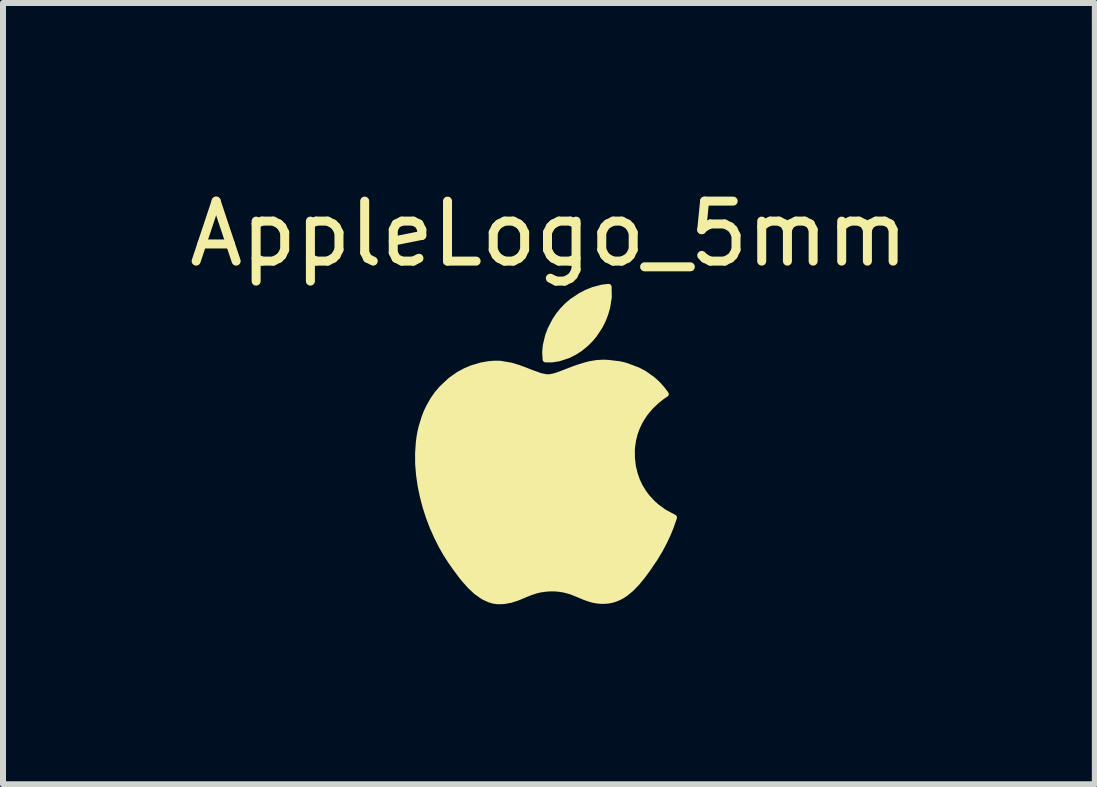
<source format=kicad_pcb>
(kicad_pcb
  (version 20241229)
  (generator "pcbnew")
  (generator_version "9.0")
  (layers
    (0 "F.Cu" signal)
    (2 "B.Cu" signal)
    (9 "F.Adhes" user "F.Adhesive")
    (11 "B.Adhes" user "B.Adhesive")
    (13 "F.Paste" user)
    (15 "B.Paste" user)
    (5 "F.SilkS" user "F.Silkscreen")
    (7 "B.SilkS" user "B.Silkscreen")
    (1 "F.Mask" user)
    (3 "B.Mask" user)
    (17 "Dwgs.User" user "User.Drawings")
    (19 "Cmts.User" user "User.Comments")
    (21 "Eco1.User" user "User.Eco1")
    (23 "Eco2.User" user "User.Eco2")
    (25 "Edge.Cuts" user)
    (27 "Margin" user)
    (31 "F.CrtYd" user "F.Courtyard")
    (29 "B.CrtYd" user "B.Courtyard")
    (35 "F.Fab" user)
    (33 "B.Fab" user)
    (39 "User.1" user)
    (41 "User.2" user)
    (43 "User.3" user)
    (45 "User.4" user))
  (footprint "AppleLogo_5mm"
    (layer "F.Cu")
    (at 6.101 0.348)
    (property "Reference" "AppleLogo_5mm" (at 0 0.5 0) (layer "F.SilkS") (effects (font (size 1 1) (thickness 0.15))))
    (attr exclude_from_pos_files exclude_from_bom)
    (fp_line (start -2.181 4.158) (end -2.169 3.981) (stroke (width 0.017) (type solid)) (layer "F.SilkS"))
    (fp_line (start -2.18 4.338) (end -2.181 4.158) (stroke (width 0.017) (type solid)) (layer "F.SilkS"))
    (fp_line (start -2.169 3.981) (end -2.158 3.894) (stroke (width 0.017) (type solid)) (layer "F.SilkS"))
    (fp_line (start -2.165 4.518) (end -2.18 4.338) (stroke (width 0.017) (type solid)) (layer "F.SilkS"))
    (fp_line (start -2.158 3.894) (end -2.143 3.807) (stroke (width 0.017) (type solid)) (layer "F.SilkS"))
    (fp_line (start -2.143 3.807) (end -2.123 3.722) (stroke (width 0.017) (type solid)) (layer "F.SilkS"))
    (fp_line (start -2.139 4.699) (end -2.165 4.518) (stroke (width 0.017) (type solid)) (layer "F.SilkS"))
    (fp_line (start -2.123 3.722) (end -2.1 3.639) (stroke (width 0.017) (type solid)) (layer "F.SilkS"))
    (fp_line (start -2.102 4.877) (end -2.139 4.699) (stroke (width 0.017) (type solid)) (layer "F.SilkS"))
    (fp_line (start -2.1 3.639) (end -2.072 3.557) (stroke (width 0.017) (type solid)) (layer "F.SilkS"))
    (fp_line (start -2.072 3.557) (end -2.041 3.476) (stroke (width 0.017) (type solid)) (layer "F.SilkS"))
    (fp_line (start -2.056 5.052) (end -2.102 4.877) (stroke (width 0.017) (type solid)) (layer "F.SilkS"))
    (fp_line (start -2.041 3.476) (end -2.004 3.398) (stroke (width 0.017) (type solid)) (layer "F.SilkS"))
    (fp_line (start -2.004 3.398) (end -1.963 3.322) (stroke (width 0.017) (type solid)) (layer "F.SilkS"))
    (fp_line (start -2.001 5.223) (end -2.056 5.052) (stroke (width 0.017) (type solid)) (layer "F.SilkS"))
    (fp_line (start -1.963 3.322) (end -1.963 3.322) (stroke (width 0.017) (type solid)) (layer "F.SilkS"))
    (fp_line (start -1.963 3.322) (end -1.941 3.285) (stroke (width 0.017) (type solid)) (layer "F.SilkS"))
    (fp_line (start -1.941 3.285) (end -1.918 3.249) (stroke (width 0.017) (type solid)) (layer "F.SilkS"))
    (fp_line (start -1.938 5.388) (end -2.001 5.223) (stroke (width 0.017) (type solid)) (layer "F.SilkS"))
    (fp_line (start -1.918 3.249) (end -1.894 3.214) (stroke (width 0.017) (type solid)) (layer "F.SilkS"))
    (fp_line (start -1.894 3.214) (end -1.869 3.179) (stroke (width 0.017) (type solid)) (layer "F.SilkS"))
    (fp_line (start -1.869 3.179) (end -1.843 3.146) (stroke (width 0.017) (type solid)) (layer "F.SilkS"))
    (fp_line (start -1.868 5.545) (end -1.938 5.388) (stroke (width 0.017) (type solid)) (layer "F.SilkS"))
    (fp_line (start -1.843 3.146) (end -1.816 3.114) (stroke (width 0.017) (type solid)) (layer "F.SilkS"))
    (fp_line (start -1.816 3.114) (end -1.788 3.082) (stroke (width 0.017) (type solid)) (layer "F.SilkS"))
    (fp_line (start -1.793 5.695) (end -1.868 5.545) (stroke (width 0.017) (type solid)) (layer "F.SilkS"))
    (fp_line (start -1.788 3.082) (end -1.76 3.052) (stroke (width 0.017) (type solid)) (layer "F.SilkS"))
    (fp_line (start -1.76 3.052) (end -1.73 3.023) (stroke (width 0.017) (type solid)) (layer "F.SilkS"))
    (fp_line (start -1.73 3.023) (end -1.7 2.994) (stroke (width 0.017) (type solid)) (layer "F.SilkS"))
    (fp_line (start -1.714 5.834) (end -1.793 5.695) (stroke (width 0.017) (type solid)) (layer "F.SilkS"))
    (fp_line (start -1.7 2.994) (end -1.637 2.941) (stroke (width 0.017) (type solid)) (layer "F.SilkS"))
    (fp_line (start -1.637 2.941) (end -1.604 2.915) (stroke (width 0.017) (type solid)) (layer "F.SilkS"))
    (fp_line (start -1.631 5.962) (end -1.714 5.834) (stroke (width 0.017) (type solid)) (layer "F.SilkS"))
    (fp_line (start -1.631 5.962) (end -1.631 5.962) (stroke (width 0.017) (type solid)) (layer "F.SilkS"))
    (fp_line (start -1.604 2.915) (end -1.571 2.891) (stroke (width 0.017) (type solid)) (layer "F.SilkS"))
    (fp_line (start -1.571 2.891) (end -1.537 2.868) (stroke (width 0.017) (type solid)) (layer "F.SilkS"))
    (fp_line (start -1.546 6.082) (end -1.631 5.962) (stroke (width 0.017) (type solid)) (layer "F.SilkS"))
    (fp_line (start -1.537 2.868) (end -1.502 2.846) (stroke (width 0.017) (type solid)) (layer "F.SilkS"))
    (fp_line (start -1.502 6.142) (end -1.546 6.082) (stroke (width 0.017) (type solid)) (layer "F.SilkS"))
    (fp_line (start -1.502 2.846) (end -1.467 2.826) (stroke (width 0.017) (type solid)) (layer "F.SilkS"))
    (fp_line (start -1.467 2.826) (end -1.431 2.806) (stroke (width 0.017) (type solid)) (layer "F.SilkS"))
    (fp_line (start -1.457 6.202) (end -1.502 6.142) (stroke (width 0.017) (type solid)) (layer "F.SilkS"))
    (fp_line (start -1.431 2.806) (end -1.394 2.788) (stroke (width 0.017) (type solid)) (layer "F.SilkS"))
    (fp_line (start -1.411 6.259) (end -1.457 6.202) (stroke (width 0.017) (type solid)) (layer "F.SilkS"))
    (fp_line (start -1.394 2.788) (end -1.357 2.77) (stroke (width 0.017) (type solid)) (layer "F.SilkS"))
    (fp_line (start -1.363 6.315) (end -1.411 6.259) (stroke (width 0.017) (type solid)) (layer "F.SilkS"))
    (fp_line (start -1.357 2.77) (end -1.319 2.754) (stroke (width 0.017) (type solid)) (layer "F.SilkS"))
    (fp_line (start -1.319 2.754) (end -1.281 2.74) (stroke (width 0.017) (type solid)) (layer "F.SilkS"))
    (fp_line (start -1.314 6.368) (end -1.363 6.315) (stroke (width 0.017) (type solid)) (layer "F.SilkS"))
    (fp_line (start -1.281 2.74) (end -1.243 2.726) (stroke (width 0.017) (type solid)) (layer "F.SilkS"))
    (fp_line (start -1.264 6.418) (end -1.314 6.368) (stroke (width 0.017) (type solid)) (layer "F.SilkS"))
    (fp_line (start -1.243 2.726) (end -1.204 2.714) (stroke (width 0.017) (type solid)) (layer "F.SilkS"))
    (fp_line (start -1.212 6.464) (end -1.264 6.418) (stroke (width 0.017) (type solid)) (layer "F.SilkS"))
    (fp_line (start -1.204 2.714) (end -1.164 2.703) (stroke (width 0.017) (type solid)) (layer "F.SilkS"))
    (fp_line (start -1.164 2.703) (end -1.124 2.694) (stroke (width 0.017) (type solid)) (layer "F.SilkS"))
    (fp_line (start -1.159 6.505) (end -1.212 6.464) (stroke (width 0.017) (type solid)) (layer "F.SilkS"))
    (fp_line (start -1.132 6.524) (end -1.159 6.505) (stroke (width 0.017) (type solid)) (layer "F.SilkS"))
    (fp_line (start -1.124 2.694) (end -1.084 2.685) (stroke (width 0.017) (type solid)) (layer "F.SilkS"))
    (fp_line (start -1.104 6.541) (end -1.132 6.524) (stroke (width 0.017) (type solid)) (layer "F.SilkS"))
    (fp_line (start -1.084 2.685) (end -1.044 2.679) (stroke (width 0.017) (type solid)) (layer "F.SilkS"))
    (fp_line (start -1.076 6.557) (end -1.104 6.541) (stroke (width 0.017) (type solid)) (layer "F.SilkS"))
    (fp_line (start -1.047 6.572) (end -1.076 6.557) (stroke (width 0.017) (type solid)) (layer "F.SilkS"))
    (fp_line (start -1.044 2.679) (end -1.003 2.673) (stroke (width 0.017) (type solid)) (layer "F.SilkS"))
    (fp_line (start -1.018 6.585) (end -1.047 6.572) (stroke (width 0.017) (type solid)) (layer "F.SilkS"))
    (fp_line (start -1.003 2.673) (end -0.962 2.669) (stroke (width 0.017) (type solid)) (layer "F.SilkS"))
    (fp_line (start -0.989 6.596) (end -1.018 6.585) (stroke (width 0.017) (type solid)) (layer "F.SilkS"))
    (fp_line (start -0.962 2.669) (end -0.92 2.666) (stroke (width 0.017) (type solid)) (layer "F.SilkS"))
    (fp_line (start -0.959 6.606) (end -0.989 6.596) (stroke (width 0.017) (type solid)) (layer "F.SilkS"))
    (fp_line (start -0.929 6.614) (end -0.959 6.606) (stroke (width 0.017) (type solid)) (layer "F.SilkS"))
    (fp_line (start -0.92 2.666) (end -0.879 2.665) (stroke (width 0.017) (type solid)) (layer "F.SilkS"))
    (fp_line (start -0.898 6.62) (end -0.929 6.614) (stroke (width 0.017) (type solid)) (layer "F.SilkS"))
    (fp_line (start -0.879 2.665) (end -0.879 2.665) (stroke (width 0.017) (type solid)) (layer "F.SilkS"))
    (fp_line (start -0.879 2.665) (end -0.847 2.665) (stroke (width 0.017) (type solid)) (layer "F.SilkS"))
    (fp_line (start -0.867 6.624) (end -0.898 6.62) (stroke (width 0.017) (type solid)) (layer "F.SilkS"))
    (fp_line (start -0.847 2.665) (end -0.816 2.666) (stroke (width 0.017) (type solid)) (layer "F.SilkS"))
    (fp_line (start -0.836 6.625) (end -0.867 6.624) (stroke (width 0.017) (type solid)) (layer "F.SilkS"))
    (fp_line (start -0.816 2.666) (end -0.753 2.673) (stroke (width 0.017) (type solid)) (layer "F.SilkS"))
    (fp_line (start -0.804 6.625) (end -0.836 6.625) (stroke (width 0.017) (type solid)) (layer "F.SilkS"))
    (fp_line (start -0.804 6.625) (end -0.804 6.625) (stroke (width 0.017) (type solid)) (layer "F.SilkS"))
    (fp_line (start -0.773 6.624) (end -0.804 6.625) (stroke (width 0.017) (type solid)) (layer "F.SilkS"))
    (fp_line (start -0.753 2.673) (end -0.691 2.683) (stroke (width 0.017) (type solid)) (layer "F.SilkS"))
    (fp_line (start -0.744 6.621) (end -0.773 6.624) (stroke (width 0.017) (type solid)) (layer "F.SilkS"))
    (fp_line (start -0.691 2.683) (end -0.63 2.698) (stroke (width 0.017) (type solid)) (layer "F.SilkS"))
    (fp_line (start -0.688 6.612) (end -0.744 6.621) (stroke (width 0.017) (type solid)) (layer "F.SilkS"))
    (fp_line (start -0.635 6.601) (end -0.688 6.612) (stroke (width 0.017) (type solid)) (layer "F.SilkS"))
    (fp_line (start -0.63 2.698) (end -0.57 2.715) (stroke (width 0.017) (type solid)) (layer "F.SilkS"))
    (fp_line (start -0.586 6.586) (end -0.635 6.601) (stroke (width 0.017) (type solid)) (layer "F.SilkS"))
    (fp_line (start -0.57 2.715) (end -0.511 2.734) (stroke (width 0.017) (type solid)) (layer "F.SilkS"))
    (fp_line (start -0.538 6.57) (end -0.586 6.586) (stroke (width 0.017) (type solid)) (layer "F.SilkS"))
    (fp_line (start -0.511 2.734) (end -0.397 2.776) (stroke (width 0.017) (type solid)) (layer "F.SilkS"))
    (fp_line (start -0.492 6.552) (end -0.538 6.57) (stroke (width 0.017) (type solid)) (layer "F.SilkS"))
    (fp_line (start -0.4 6.513) (end -0.492 6.552) (stroke (width 0.017) (type solid)) (layer "F.SilkS"))
    (fp_line (start -0.397 2.776) (end -0.289 2.819) (stroke (width 0.017) (type solid)) (layer "F.SilkS"))
    (fp_line (start -0.354 6.494) (end -0.4 6.513) (stroke (width 0.017) (type solid)) (layer "F.SilkS"))
    (fp_line (start -0.305 6.475) (end -0.354 6.494) (stroke (width 0.017) (type solid)) (layer "F.SilkS"))
    (fp_line (start -0.289 2.819) (end -0.189 2.856) (stroke (width 0.017) (type solid)) (layer "F.SilkS"))
    (fp_line (start -0.255 6.458) (end -0.305 6.475) (stroke (width 0.017) (type solid)) (layer "F.SilkS"))
    (fp_line (start -0.202 6.442) (end -0.255 6.458) (stroke (width 0.017) (type solid)) (layer "F.SilkS"))
    (fp_line (start -0.189 2.856) (end -0.142 2.871) (stroke (width 0.017) (type solid)) (layer "F.SilkS"))
    (fp_line (start -0.145 6.429) (end -0.202 6.442) (stroke (width 0.017) (type solid)) (layer "F.SilkS"))
    (fp_line (start -0.142 2.871) (end -0.097 2.882) (stroke (width 0.017) (type solid)) (layer "F.SilkS"))
    (fp_line (start -0.097 2.882) (end -0.054 2.89) (stroke (width 0.017) (type solid)) (layer "F.SilkS"))
    (fp_line (start -0.083 6.419) (end -0.145 6.429) (stroke (width 0.017) (type solid)) (layer "F.SilkS"))
    (fp_line (start -0.062 2.48) (end -0.061 2.536) (stroke (width 0.017) (type solid)) (layer "F.SilkS"))
    (fp_line (start -0.061 2.536) (end -0.059 2.565) (stroke (width 0.017) (type solid)) (layer "F.SilkS"))
    (fp_line (start -0.059 2.423) (end -0.062 2.48) (stroke (width 0.017) (type solid)) (layer "F.SilkS"))
    (fp_line (start -0.059 2.565) (end -0.055 2.593) (stroke (width 0.017) (type solid)) (layer "F.SilkS"))
    (fp_line (start -0.055 2.593) (end -0.055 2.593) (stroke (width 0.017) (type solid)) (layer "F.SilkS"))
    (fp_line (start -0.055 2.593) (end -0.00027 2.595) (stroke (width 0.017) (type solid)) (layer "F.SilkS"))
    (fp_line (start -0.054 2.89) (end -0.014 2.893) (stroke (width 0.017) (type solid)) (layer "F.SilkS"))
    (fp_line (start -0.053 2.367) (end -0.059 2.423) (stroke (width 0.017) (type solid)) (layer "F.SilkS"))
    (fp_line (start -0.051 6.416) (end -0.083 6.419) (stroke (width 0.017) (type solid)) (layer "F.SilkS"))
    (fp_line (start -0.043 2.311) (end -0.053 2.367) (stroke (width 0.017) (type solid)) (layer "F.SilkS"))
    (fp_line (start -0.03 2.256) (end -0.043 2.311) (stroke (width 0.017) (type solid)) (layer "F.SilkS"))
    (fp_line (start -0.017 6.413) (end -0.051 6.416) (stroke (width 0.017) (type solid)) (layer "F.SilkS"))
    (fp_line (start -0.014 2.893) (end -0.014 2.893) (stroke (width 0.017) (type solid)) (layer "F.SilkS"))
    (fp_line (start -0.014 2.893) (end 0.006 2.892) (stroke (width 0.017) (type solid)) (layer "F.SilkS"))
    (fp_line (start -0.014 2.202) (end -0.03 2.256) (stroke (width 0.017) (type solid)) (layer "F.SilkS"))
    (fp_line (start -0.00027 2.595) (end 0.055 2.593) (stroke (width 0.017) (type solid)) (layer "F.SilkS"))
    (fp_line (start 0.005 2.148) (end -0.014 2.202) (stroke (width 0.017) (type solid)) (layer "F.SilkS"))
    (fp_line (start 0.006 2.892) (end 0.027 2.889) (stroke (width 0.017) (type solid)) (layer "F.SilkS"))
    (fp_line (start 0.018 6.411) (end -0.017 6.413) (stroke (width 0.017) (type solid)) (layer "F.SilkS"))
    (fp_line (start 0.026 2.096) (end 0.005 2.148) (stroke (width 0.017) (type solid)) (layer "F.SilkS"))
    (fp_line (start 0.027 2.889) (end 0.072 2.88) (stroke (width 0.017) (type solid)) (layer "F.SilkS"))
    (fp_line (start 0.05 2.046) (end 0.026 2.096) (stroke (width 0.017) (type solid)) (layer "F.SilkS"))
    (fp_line (start 0.055 2.593) (end 0.11 2.586) (stroke (width 0.017) (type solid)) (layer "F.SilkS"))
    (fp_line (start 0.055 6.411) (end 0.018 6.411) (stroke (width 0.017) (type solid)) (layer "F.SilkS"))
    (fp_line (start 0.055 6.411) (end 0.055 6.411) (stroke (width 0.017) (type solid)) (layer "F.SilkS"))
    (fp_line (start 0.072 2.88) (end 0.12 2.867) (stroke (width 0.017) (type solid)) (layer "F.SilkS"))
    (fp_line (start 0.075 1.997) (end 0.05 2.046) (stroke (width 0.017) (type solid)) (layer "F.SilkS"))
    (fp_line (start 0.092 6.411) (end 0.055 6.411) (stroke (width 0.017) (type solid)) (layer "F.SilkS"))
    (fp_line (start 0.102 1.949) (end 0.075 1.997) (stroke (width 0.017) (type solid)) (layer "F.SilkS"))
    (fp_line (start 0.11 2.586) (end 0.164 2.576) (stroke (width 0.017) (type solid)) (layer "F.SilkS"))
    (fp_line (start 0.12 2.867) (end 0.173 2.849) (stroke (width 0.017) (type solid)) (layer "F.SilkS"))
    (fp_line (start 0.127 6.413) (end 0.092 6.411) (stroke (width 0.017) (type solid)) (layer "F.SilkS"))
    (fp_line (start 0.131 1.904) (end 0.102 1.949) (stroke (width 0.017) (type solid)) (layer "F.SilkS"))
    (fp_line (start 0.16 1.861) (end 0.131 1.904) (stroke (width 0.017) (type solid)) (layer "F.SilkS"))
    (fp_line (start 0.161 6.416) (end 0.127 6.413) (stroke (width 0.017) (type solid)) (layer "F.SilkS"))
    (fp_line (start 0.164 2.576) (end 0.218 2.562) (stroke (width 0.017) (type solid)) (layer "F.SilkS"))
    (fp_line (start 0.173 2.849) (end 0.412 2.757) (stroke (width 0.017) (type solid)) (layer "F.SilkS"))
    (fp_line (start 0.191 1.82) (end 0.16 1.861) (stroke (width 0.017) (type solid)) (layer "F.SilkS"))
    (fp_line (start 0.193 6.42) (end 0.161 6.416) (stroke (width 0.017) (type solid)) (layer "F.SilkS"))
    (fp_line (start 0.218 2.562) (end 0.271 2.544) (stroke (width 0.017) (type solid)) (layer "F.SilkS"))
    (fp_line (start 0.223 1.782) (end 0.191 1.82) (stroke (width 0.017) (type solid)) (layer "F.SilkS"))
    (fp_line (start 0.223 1.782) (end 0.223 1.782) (stroke (width 0.017) (type solid)) (layer "F.SilkS"))
    (fp_line (start 0.224 6.425) (end 0.193 6.42) (stroke (width 0.017) (type solid)) (layer "F.SilkS"))
    (fp_line (start 0.254 6.431) (end 0.224 6.425) (stroke (width 0.017) (type solid)) (layer "F.SilkS"))
    (fp_line (start 0.26 1.741) (end 0.223 1.782) (stroke (width 0.017) (type solid)) (layer "F.SilkS"))
    (fp_line (start 0.271 2.544) (end 0.324 2.523) (stroke (width 0.017) (type solid)) (layer "F.SilkS"))
    (fp_line (start 0.299 1.702) (end 0.26 1.741) (stroke (width 0.017) (type solid)) (layer "F.SilkS"))
    (fp_line (start 0.31 6.444) (end 0.254 6.431) (stroke (width 0.017) (type solid)) (layer "F.SilkS"))
    (fp_line (start 0.324 2.523) (end 0.375 2.499) (stroke (width 0.017) (type solid)) (layer "F.SilkS"))
    (fp_line (start 0.341 1.664) (end 0.299 1.702) (stroke (width 0.017) (type solid)) (layer "F.SilkS"))
    (fp_line (start 0.363 6.46) (end 0.31 6.444) (stroke (width 0.017) (type solid)) (layer "F.SilkS"))
    (fp_line (start 0.375 2.499) (end 0.425 2.472) (stroke (width 0.017) (type solid)) (layer "F.SilkS"))
    (fp_line (start 0.386 1.628) (end 0.341 1.664) (stroke (width 0.017) (type solid)) (layer "F.SilkS"))
    (fp_line (start 0.412 2.757) (end 0.479 2.733) (stroke (width 0.017) (type solid)) (layer "F.SilkS"))
    (fp_line (start 0.412 6.478) (end 0.363 6.46) (stroke (width 0.017) (type solid)) (layer "F.SilkS"))
    (fp_line (start 0.425 2.472) (end 0.473 2.443) (stroke (width 0.017) (type solid)) (layer "F.SilkS"))
    (fp_line (start 0.432 1.594) (end 0.386 1.628) (stroke (width 0.017) (type solid)) (layer "F.SilkS"))
    (fp_line (start 0.46 6.498) (end 0.412 6.478) (stroke (width 0.017) (type solid)) (layer "F.SilkS"))
    (fp_line (start 0.473 2.443) (end 0.52 2.411) (stroke (width 0.017) (type solid)) (layer "F.SilkS"))
    (fp_line (start 0.479 2.733) (end 0.547 2.71) (stroke (width 0.017) (type solid)) (layer "F.SilkS"))
    (fp_line (start 0.48 1.562) (end 0.432 1.594) (stroke (width 0.017) (type solid)) (layer "F.SilkS"))
    (fp_line (start 0.506 6.517) (end 0.46 6.498) (stroke (width 0.017) (type solid)) (layer "F.SilkS"))
    (fp_line (start 0.52 2.411) (end 0.565 2.376) (stroke (width 0.017) (type solid)) (layer "F.SilkS"))
    (fp_line (start 0.53 1.532) (end 0.48 1.562) (stroke (width 0.017) (type solid)) (layer "F.SilkS"))
    (fp_line (start 0.547 2.71) (end 0.617 2.69) (stroke (width 0.017) (type solid)) (layer "F.SilkS"))
    (fp_line (start 0.565 2.376) (end 0.607 2.34) (stroke (width 0.017) (type solid)) (layer "F.SilkS"))
    (fp_line (start 0.581 1.505) (end 0.53 1.532) (stroke (width 0.017) (type solid)) (layer "F.SilkS"))
    (fp_line (start 0.598 6.556) (end 0.506 6.517) (stroke (width 0.017) (type solid)) (layer "F.SilkS"))
    (fp_line (start 0.607 2.34) (end 0.648 2.302) (stroke (width 0.017) (type solid)) (layer "F.SilkS"))
    (fp_line (start 0.617 2.69) (end 0.689 2.672) (stroke (width 0.017) (type solid)) (layer "F.SilkS"))
    (fp_line (start 0.632 1.479) (end 0.581 1.505) (stroke (width 0.017) (type solid)) (layer "F.SilkS"))
    (fp_line (start 0.645 6.573) (end 0.598 6.556) (stroke (width 0.017) (type solid)) (layer "F.SilkS"))
    (fp_line (start 0.648 2.302) (end 0.686 2.263) (stroke (width 0.017) (type solid)) (layer "F.SilkS"))
    (fp_line (start 0.684 1.457) (end 0.632 1.479) (stroke (width 0.017) (type solid)) (layer "F.SilkS"))
    (fp_line (start 0.686 2.263) (end 0.722 2.222) (stroke (width 0.017) (type solid)) (layer "F.SilkS"))
    (fp_line (start 0.689 2.672) (end 0.763 2.659) (stroke (width 0.017) (type solid)) (layer "F.SilkS"))
    (fp_line (start 0.693 6.589) (end 0.645 6.573) (stroke (width 0.017) (type solid)) (layer "F.SilkS"))
    (fp_line (start 0.722 2.222) (end 0.756 2.179) (stroke (width 0.017) (type solid)) (layer "F.SilkS"))
    (fp_line (start 0.737 1.437) (end 0.684 1.457) (stroke (width 0.017) (type solid)) (layer "F.SilkS"))
    (fp_line (start 0.744 6.602) (end 0.693 6.589) (stroke (width 0.017) (type solid)) (layer "F.SilkS"))
    (fp_line (start 0.756 2.179) (end 0.788 2.135) (stroke (width 0.017) (type solid)) (layer "F.SilkS"))
    (fp_line (start 0.763 2.659) (end 0.8 2.654) (stroke (width 0.017) (type solid)) (layer "F.SilkS"))
    (fp_line (start 0.771 6.607) (end 0.744 6.602) (stroke (width 0.017) (type solid)) (layer "F.SilkS"))
    (fp_line (start 0.788 2.135) (end 0.818 2.089) (stroke (width 0.017) (type solid)) (layer "F.SilkS"))
    (fp_line (start 0.789 1.42) (end 0.737 1.437) (stroke (width 0.017) (type solid)) (layer "F.SilkS"))
    (fp_line (start 0.798 6.612) (end 0.771 6.607) (stroke (width 0.017) (type solid)) (layer "F.SilkS"))
    (fp_line (start 0.8 2.654) (end 0.838 2.651) (stroke (width 0.017) (type solid)) (layer "F.SilkS"))
    (fp_line (start 0.818 2.089) (end 0.847 2.041) (stroke (width 0.017) (type solid)) (layer "F.SilkS"))
    (fp_line (start 0.827 6.615) (end 0.798 6.612) (stroke (width 0.017) (type solid)) (layer "F.SilkS"))
    (fp_line (start 0.838 2.651) (end 0.875 2.649) (stroke (width 0.017) (type solid)) (layer "F.SilkS"))
    (fp_line (start 0.842 1.407) (end 0.789 1.42) (stroke (width 0.017) (type solid)) (layer "F.SilkS"))
    (fp_line (start 0.847 2.041) (end 0.873 1.991) (stroke (width 0.017) (type solid)) (layer "F.SilkS"))
    (fp_line (start 0.857 6.618) (end 0.827 6.615) (stroke (width 0.017) (type solid)) (layer "F.SilkS"))
    (fp_line (start 0.873 1.991) (end 0.898 1.941) (stroke (width 0.017) (type solid)) (layer "F.SilkS"))
    (fp_line (start 0.875 2.649) (end 0.913 2.648) (stroke (width 0.017) (type solid)) (layer "F.SilkS"))
    (fp_line (start 0.888 6.619) (end 0.857 6.618) (stroke (width 0.017) (type solid)) (layer "F.SilkS"))
    (fp_line (start 0.893 1.396) (end 0.842 1.407) (stroke (width 0.017) (type solid)) (layer "F.SilkS"))
    (fp_line (start 0.898 1.941) (end 0.92 1.889) (stroke (width 0.017) (type solid)) (layer "F.SilkS"))
    (fp_line (start 0.913 2.648) (end 0.951 2.649) (stroke (width 0.017) (type solid)) (layer "F.SilkS"))
    (fp_line (start 0.92 1.889) (end 0.939 1.835) (stroke (width 0.017) (type solid)) (layer "F.SilkS"))
    (fp_line (start 0.92 6.619) (end 0.888 6.619) (stroke (width 0.017) (type solid)) (layer "F.SilkS"))
    (fp_line (start 0.92 6.619) (end 0.92 6.619) (stroke (width 0.017) (type solid)) (layer "F.SilkS"))
    (fp_line (start 0.939 1.835) (end 0.957 1.781) (stroke (width 0.017) (type solid)) (layer "F.SilkS"))
    (fp_line (start 0.944 1.389) (end 0.893 1.396) (stroke (width 0.017) (type solid)) (layer "F.SilkS"))
    (fp_line (start 0.951 2.649) (end 0.989 2.652) (stroke (width 0.017) (type solid)) (layer "F.SilkS"))
    (fp_line (start 0.953 6.617) (end 0.92 6.619) (stroke (width 0.017) (type solid)) (layer "F.SilkS"))
    (fp_line (start 0.957 1.781) (end 0.971 1.726) (stroke (width 0.017) (type solid)) (layer "F.SilkS"))
    (fp_line (start 0.971 1.726) (end 0.983 1.67) (stroke (width 0.017) (type solid)) (layer "F.SilkS"))
    (fp_line (start 0.983 1.67) (end 0.992 1.614) (stroke (width 0.017) (type solid)) (layer "F.SilkS"))
    (fp_line (start 0.985 6.614) (end 0.953 6.617) (stroke (width 0.017) (type solid)) (layer "F.SilkS"))
    (fp_line (start 0.989 2.652) (end 0.989 2.652) (stroke (width 0.017) (type solid)) (layer "F.SilkS"))
    (fp_line (start 0.989 2.652) (end 1.067 2.658) (stroke (width 0.017) (type solid)) (layer "F.SilkS"))
    (fp_line (start 0.992 1.614) (end 0.998 1.557) (stroke (width 0.017) (type solid)) (layer "F.SilkS"))
    (fp_line (start 0.995 1.385) (end 0.944 1.389) (stroke (width 0.017) (type solid)) (layer "F.SilkS"))
    (fp_line (start 0.995 1.385) (end 0.995 1.385) (stroke (width 0.017) (type solid)) (layer "F.SilkS"))
    (fp_line (start 0.998 1.557) (end 1 1.5) (stroke (width 0.017) (type solid)) (layer "F.SilkS"))
    (fp_line (start 0.999 1.443) (end 0.995 1.385) (stroke (width 0.017) (type solid)) (layer "F.SilkS"))
    (fp_line (start 1 1.5) (end 0.999 1.443) (stroke (width 0.017) (type solid)) (layer "F.SilkS"))
    (fp_line (start 1.017 6.609) (end 0.985 6.614) (stroke (width 0.017) (type solid)) (layer "F.SilkS"))
    (fp_line (start 1.048 6.602) (end 1.017 6.609) (stroke (width 0.017) (type solid)) (layer "F.SilkS"))
    (fp_line (start 1.067 2.658) (end 1.115 2.664) (stroke (width 0.017) (type solid)) (layer "F.SilkS"))
    (fp_line (start 1.078 6.594) (end 1.048 6.602) (stroke (width 0.017) (type solid)) (layer "F.SilkS"))
    (fp_line (start 1.108 6.584) (end 1.078 6.594) (stroke (width 0.017) (type solid)) (layer "F.SilkS"))
    (fp_line (start 1.115 2.664) (end 1.168 2.673) (stroke (width 0.017) (type solid)) (layer "F.SilkS"))
    (fp_line (start 1.137 6.573) (end 1.108 6.584) (stroke (width 0.017) (type solid)) (layer "F.SilkS"))
    (fp_line (start 1.165 6.56) (end 1.137 6.573) (stroke (width 0.017) (type solid)) (layer "F.SilkS"))
    (fp_line (start 1.168 2.673) (end 1.225 2.685) (stroke (width 0.017) (type solid)) (layer "F.SilkS"))
    (fp_line (start 1.193 6.546) (end 1.165 6.56) (stroke (width 0.017) (type solid)) (layer "F.SilkS"))
    (fp_line (start 1.22 6.531) (end 1.193 6.546) (stroke (width 0.017) (type solid)) (layer "F.SilkS"))
    (fp_line (start 1.225 2.685) (end 1.286 2.701) (stroke (width 0.017) (type solid)) (layer "F.SilkS"))
    (fp_line (start 1.247 6.514) (end 1.22 6.531) (stroke (width 0.017) (type solid)) (layer "F.SilkS"))
    (fp_line (start 1.273 6.496) (end 1.247 6.514) (stroke (width 0.017) (type solid)) (layer "F.SilkS"))
    (fp_line (start 1.286 2.701) (end 1.351 2.721) (stroke (width 0.017) (type solid)) (layer "F.SilkS"))
    (fp_line (start 1.324 6.457) (end 1.273 6.496) (stroke (width 0.017) (type solid)) (layer "F.SilkS"))
    (fp_line (start 1.351 2.721) (end 1.417 2.746) (stroke (width 0.017) (type solid)) (layer "F.SilkS"))
    (fp_line (start 1.373 6.414) (end 1.324 6.457) (stroke (width 0.017) (type solid)) (layer "F.SilkS"))
    (fp_line (start 1.381 4.169) (end 1.384 4.242) (stroke (width 0.017) (type solid)) (layer "F.SilkS"))
    (fp_line (start 1.382 4.108) (end 1.381 4.169) (stroke (width 0.017) (type solid)) (layer "F.SilkS"))
    (fp_line (start 1.384 4.242) (end 1.39 4.312) (stroke (width 0.017) (type solid)) (layer "F.SilkS"))
    (fp_line (start 1.387 4.049) (end 1.382 4.108) (stroke (width 0.017) (type solid)) (layer "F.SilkS"))
    (fp_line (start 1.39 4.312) (end 1.4 4.379) (stroke (width 0.017) (type solid)) (layer "F.SilkS"))
    (fp_line (start 1.393 3.992) (end 1.387 4.049) (stroke (width 0.017) (type solid)) (layer "F.SilkS"))
    (fp_line (start 1.4 4.379) (end 1.413 4.442) (stroke (width 0.017) (type solid)) (layer "F.SilkS"))
    (fp_line (start 1.403 3.937) (end 1.393 3.992) (stroke (width 0.017) (type solid)) (layer "F.SilkS"))
    (fp_line (start 1.413 4.442) (end 1.43 4.503) (stroke (width 0.017) (type solid)) (layer "F.SilkS"))
    (fp_line (start 1.415 3.883) (end 1.403 3.937) (stroke (width 0.017) (type solid)) (layer "F.SilkS"))
    (fp_line (start 1.417 2.746) (end 1.485 2.776) (stroke (width 0.017) (type solid)) (layer "F.SilkS"))
    (fp_line (start 1.42 6.367) (end 1.373 6.414) (stroke (width 0.017) (type solid)) (layer "F.SilkS"))
    (fp_line (start 1.429 3.832) (end 1.415 3.883) (stroke (width 0.017) (type solid)) (layer "F.SilkS"))
    (fp_line (start 1.43 4.503) (end 1.448 4.561) (stroke (width 0.017) (type solid)) (layer "F.SilkS"))
    (fp_line (start 1.446 3.783) (end 1.429 3.832) (stroke (width 0.017) (type solid)) (layer "F.SilkS"))
    (fp_line (start 1.448 4.561) (end 1.47 4.617) (stroke (width 0.017) (type solid)) (layer "F.SilkS"))
    (fp_line (start 1.464 3.736) (end 1.446 3.783) (stroke (width 0.017) (type solid)) (layer "F.SilkS"))
    (fp_line (start 1.466 6.317) (end 1.42 6.367) (stroke (width 0.017) (type solid)) (layer "F.SilkS"))
    (fp_line (start 1.47 4.617) (end 1.493 4.669) (stroke (width 0.017) (type solid)) (layer "F.SilkS"))
    (fp_line (start 1.484 3.691) (end 1.464 3.736) (stroke (width 0.017) (type solid)) (layer "F.SilkS"))
    (fp_line (start 1.485 2.776) (end 1.554 2.811) (stroke (width 0.017) (type solid)) (layer "F.SilkS"))
    (fp_line (start 1.493 4.669) (end 1.519 4.719) (stroke (width 0.017) (type solid)) (layer "F.SilkS"))
    (fp_line (start 1.505 3.647) (end 1.484 3.691) (stroke (width 0.017) (type solid)) (layer "F.SilkS"))
    (fp_line (start 1.511 6.264) (end 1.466 6.317) (stroke (width 0.017) (type solid)) (layer "F.SilkS"))
    (fp_line (start 1.519 4.719) (end 1.546 4.766) (stroke (width 0.017) (type solid)) (layer "F.SilkS"))
    (fp_line (start 1.528 3.606) (end 1.505 3.647) (stroke (width 0.017) (type solid)) (layer "F.SilkS"))
    (fp_line (start 1.546 4.766) (end 1.575 4.81) (stroke (width 0.017) (type solid)) (layer "F.SilkS"))
    (fp_line (start 1.552 3.566) (end 1.528 3.606) (stroke (width 0.017) (type solid)) (layer "F.SilkS"))
    (fp_line (start 1.554 2.811) (end 1.589 2.831) (stroke (width 0.017) (type solid)) (layer "F.SilkS"))
    (fp_line (start 1.555 6.209) (end 1.511 6.264) (stroke (width 0.017) (type solid)) (layer "F.SilkS"))
    (fp_line (start 1.575 4.81) (end 1.605 4.852) (stroke (width 0.017) (type solid)) (layer "F.SilkS"))
    (fp_line (start 1.576 3.529) (end 1.552 3.566) (stroke (width 0.017) (type solid)) (layer "F.SilkS"))
    (fp_line (start 1.589 2.831) (end 1.623 2.853) (stroke (width 0.017) (type solid)) (layer "F.SilkS"))
    (fp_line (start 1.598 6.152) (end 1.555 6.209) (stroke (width 0.017) (type solid)) (layer "F.SilkS"))
    (fp_line (start 1.601 3.493) (end 1.576 3.529) (stroke (width 0.017) (type solid)) (layer "F.SilkS"))
    (fp_line (start 1.605 4.852) (end 1.636 4.892) (stroke (width 0.017) (type solid)) (layer "F.SilkS"))
    (fp_line (start 1.623 2.853) (end 1.658 2.877) (stroke (width 0.017) (type solid)) (layer "F.SilkS"))
    (fp_line (start 1.627 3.46) (end 1.601 3.493) (stroke (width 0.017) (type solid)) (layer "F.SilkS"))
    (fp_line (start 1.636 4.892) (end 1.668 4.929) (stroke (width 0.017) (type solid)) (layer "F.SilkS"))
    (fp_line (start 1.64 6.094) (end 1.598 6.152) (stroke (width 0.017) (type solid)) (layer "F.SilkS"))
    (fp_line (start 1.653 3.428) (end 1.627 3.46) (stroke (width 0.017) (type solid)) (layer "F.SilkS"))
    (fp_line (start 1.658 2.877) (end 1.692 2.902) (stroke (width 0.017) (type solid)) (layer "F.SilkS"))
    (fp_line (start 1.668 4.929) (end 1.733 4.996) (stroke (width 0.017) (type solid)) (layer "F.SilkS"))
    (fp_line (start 1.679 3.398) (end 1.653 3.428) (stroke (width 0.017) (type solid)) (layer "F.SilkS"))
    (fp_line (start 1.692 2.902) (end 1.726 2.929) (stroke (width 0.017) (type solid)) (layer "F.SilkS"))
    (fp_line (start 1.705 3.37) (end 1.679 3.398) (stroke (width 0.017) (type solid)) (layer "F.SilkS"))
    (fp_line (start 1.722 5.975) (end 1.64 6.094) (stroke (width 0.017) (type solid)) (layer "F.SilkS"))
    (fp_line (start 1.722 5.975) (end 1.722 5.975) (stroke (width 0.017) (type solid)) (layer "F.SilkS"))
    (fp_line (start 1.726 2.929) (end 1.76 2.957) (stroke (width 0.017) (type solid)) (layer "F.SilkS"))
    (fp_line (start 1.733 4.996) (end 1.798 5.053) (stroke (width 0.017) (type solid)) (layer "F.SilkS"))
    (fp_line (start 1.756 3.32) (end 1.705 3.37) (stroke (width 0.017) (type solid)) (layer "F.SilkS"))
    (fp_line (start 1.76 2.957) (end 1.793 2.988) (stroke (width 0.017) (type solid)) (layer "F.SilkS"))
    (fp_line (start 1.768 5.906) (end 1.722 5.975) (stroke (width 0.017) (type solid)) (layer "F.SilkS"))
    (fp_line (start 1.793 2.988) (end 1.825 3.021) (stroke (width 0.017) (type solid)) (layer "F.SilkS"))
    (fp_line (start 1.798 5.053) (end 1.861 5.102) (stroke (width 0.017) (type solid)) (layer "F.SilkS"))
    (fp_line (start 1.804 3.277) (end 1.756 3.32) (stroke (width 0.017) (type solid)) (layer "F.SilkS"))
    (fp_line (start 1.81 5.838) (end 1.768 5.906) (stroke (width 0.017) (type solid)) (layer "F.SilkS"))
    (fp_line (start 1.825 3.021) (end 1.857 3.055) (stroke (width 0.017) (type solid)) (layer "F.SilkS"))
    (fp_line (start 1.848 3.241) (end 1.804 3.277) (stroke (width 0.017) (type solid)) (layer "F.SilkS"))
    (fp_line (start 1.849 5.771) (end 1.81 5.838) (stroke (width 0.017) (type solid)) (layer "F.SilkS"))
    (fp_line (start 1.857 3.055) (end 1.888 3.092) (stroke (width 0.017) (type solid)) (layer "F.SilkS"))
    (fp_line (start 1.861 5.102) (end 1.92 5.142) (stroke (width 0.017) (type solid)) (layer "F.SilkS"))
    (fp_line (start 1.885 5.705) (end 1.849 5.771) (stroke (width 0.017) (type solid)) (layer "F.SilkS"))
    (fp_line (start 1.886 3.213) (end 1.848 3.241) (stroke (width 0.017) (type solid)) (layer "F.SilkS"))
    (fp_line (start 1.888 3.092) (end 1.918 3.131) (stroke (width 0.017) (type solid)) (layer "F.SilkS"))
    (fp_line (start 1.916 3.192) (end 1.886 3.213) (stroke (width 0.017) (type solid)) (layer "F.SilkS"))
    (fp_line (start 1.917 5.642) (end 1.885 5.705) (stroke (width 0.017) (type solid)) (layer "F.SilkS"))
    (fp_line (start 1.918 3.131) (end 1.948 3.172) (stroke (width 0.017) (type solid)) (layer "F.SilkS"))
    (fp_line (start 1.92 5.142) (end 1.973 5.174) (stroke (width 0.017) (type solid)) (layer "F.SilkS"))
    (fp_line (start 1.946 5.582) (end 1.917 5.642) (stroke (width 0.017) (type solid)) (layer "F.SilkS"))
    (fp_line (start 1.948 3.172) (end 1.916 3.192) (stroke (width 0.017) (type solid)) (layer "F.SilkS"))
    (fp_line (start 1.948 3.172) (end 1.948 3.172) (stroke (width 0.017) (type solid)) (layer "F.SilkS"))
    (fp_line (start 1.973 5.524) (end 1.946 5.582) (stroke (width 0.017) (type solid)) (layer "F.SilkS"))
    (fp_line (start 1.973 5.174) (end 2.053 5.216) (stroke (width 0.017) (type solid)) (layer "F.SilkS"))
    (fp_line (start 1.996 5.471) (end 1.973 5.524) (stroke (width 0.017) (type solid)) (layer "F.SilkS"))
    (fp_line (start 2.017 5.421) (end 1.996 5.471) (stroke (width 0.017) (type solid)) (layer "F.SilkS"))
    (fp_line (start 2.034 5.376) (end 2.017 5.421) (stroke (width 0.017) (type solid)) (layer "F.SilkS"))
    (fp_line (start 2.053 5.216) (end 2.085 5.23) (stroke (width 0.017) (type solid)) (layer "F.SilkS"))
    (fp_line (start 2.061 5.302) (end 2.034 5.376) (stroke (width 0.017) (type solid)) (layer "F.SilkS"))
    (fp_line (start 2.085 5.23) (end 2.061 5.302) (stroke (width 0.017) (type solid)) (layer "F.SilkS"))
    (fp_line (start 2.085 5.23) (end 2.085 5.23) (stroke (width 0.017) (type solid)) (layer "F.SilkS"))
    (fp_poly (pts (xy 0.998 1.557) (xy 0.971 1.726) (xy 0.939 1.835) (xy 0.898 1.941) (xy 0.847 2.041) (xy 0.756 2.179) (xy 0.686 2.263) (xy 0.607 2.34) (xy 0.52 2.411) (xy 0.425 2.472) (xy 0.324 2.523) (xy 0.164 2.576) (xy 0.055 2.593) (xy -0.055 2.593) (xy -0.062 2.48) (xy -0.053 2.367) (xy -0.014 2.202) (xy 0.026 2.096) (xy 0.102 1.949) (xy 0.16 1.861) (xy 0.223 1.782) (xy 0.299 1.702) (xy 0.386 1.628) (xy 0.53 1.532) (xy 0.632 1.479) (xy 0.737 1.437) (xy 0.893 1.396) (xy 0.995 1.385)) (stroke (width 0.1) (type solid)) (fill yes) (layer "F.SilkS"))
    (fp_poly (pts (xy 0.989 2.652) (xy 1.168 2.673) (xy 1.225 2.685) (xy 1.286 2.701) (xy 1.485 2.776) (xy 1.589 2.831) (xy 1.726 2.929) (xy 1.793 2.988) (xy 1.825 3.021) (xy 1.888 3.092) (xy 1.948 3.172) (xy 1.886 3.213) (xy 1.804 3.277) (xy 1.705 3.37) (xy 1.653 3.428) (xy 1.601 3.493) (xy 1.552 3.566) (xy 1.505 3.647) (xy 1.464 3.736) (xy 1.429 3.832) (xy 1.403 3.937) (xy 1.387 4.049) (xy 1.382 4.108) (xy 1.384 4.242) (xy 1.4 4.379) (xy 1.43 4.503) (xy 1.47 4.617) (xy 1.519 4.719) (xy 1.575 4.81) (xy 1.636 4.892) (xy 1.733 4.996) (xy 1.798 5.053) (xy 1.92 5.142) (xy 2.085 5.23) (xy 2.034 5.376) (xy 1.996 5.471) (xy 1.973 5.524) (xy 1.917 5.642) (xy 1.849 5.771) (xy 1.768 5.906) (xy 1.64 6.094) (xy 1.555 6.209) (xy 1.466 6.317) (xy 1.373 6.414) (xy 1.273 6.496) (xy 1.22 6.531) (xy 1.165 6.56) (xy 1.108 6.584) (xy 1.048 6.602) (xy 0.985 6.614) (xy 0.92 6.619) (xy 0.857 6.618) (xy 0.798 6.612) (xy 0.744 6.602) (xy 0.693 6.589) (xy 0.598 6.556) (xy 0.506 6.517) (xy 0.46 6.498) (xy 0.363 6.46) (xy 0.254 6.431) (xy 0.161 6.416) (xy 0.092 6.411) (xy 0.018 6.411) (xy -0.051 6.416) (xy -0.145 6.429) (xy -0.202 6.442) (xy -0.305 6.475) (xy -0.4 6.513) (xy -0.492 6.552) (xy -0.538 6.57) (xy -0.635 6.601) (xy -0.744 6.621) (xy -0.804 6.625) (xy -0.867 6.624) (xy -0.929 6.614) (xy -0.989 6.596) (xy -1.076 6.557) (xy -1.104 6.541) (xy -1.212 6.464) (xy -1.314 6.368) (xy -1.411 6.259) (xy -1.457 6.202) (xy -1.546 6.082) (xy -1.631 5.962) (xy -1.714 5.834) (xy -1.793 5.695) (xy -1.868 5.545) (xy -1.938 5.388) (xy -2.001 5.223) (xy -2.056 5.052) (xy -2.102 4.877) (xy -2.139 4.699) (xy -2.165 4.518) (xy -2.18 4.338) (xy -2.181 4.158) (xy -2.169 3.981) (xy -2.158 3.894) (xy -2.143 3.807) (xy -2.123 3.722) (xy -2.072 3.557) (xy -2.041 3.476) (xy -2.004 3.398) (xy -1.941 3.285) (xy -1.918 3.249) (xy -1.869 3.179) (xy -1.788 3.082) (xy -1.637 2.941) (xy -1.502 2.846) (xy -1.394 2.788) (xy -1.281 2.74) (xy -1.124 2.694) (xy -1.003 2.673) (xy -0.92 2.666) (xy -0.816 2.666) (xy -0.63 2.698) (xy -0.511 2.734) (xy -0.397 2.776) (xy -0.289 2.819) (xy -0.142 2.871) (xy -0.054 2.89) (xy 0.006 2.892) (xy 0.072 2.88) (xy 0.12 2.867) (xy 0.173 2.849) (xy 0.412 2.757) (xy 0.479 2.733) (xy 0.617 2.69) (xy 0.689 2.672) (xy 0.8 2.654) (xy 0.913 2.648)) (stroke (width 0.1) (type solid)) (fill yes) (layer "F.SilkS")))
  (gr_rect
    (start -3 -3)
    (end 15.202 10.024)
    (stroke (width 0.1) (type default))
    (fill no)
    (layer "Edge.Cuts")))
</source>
